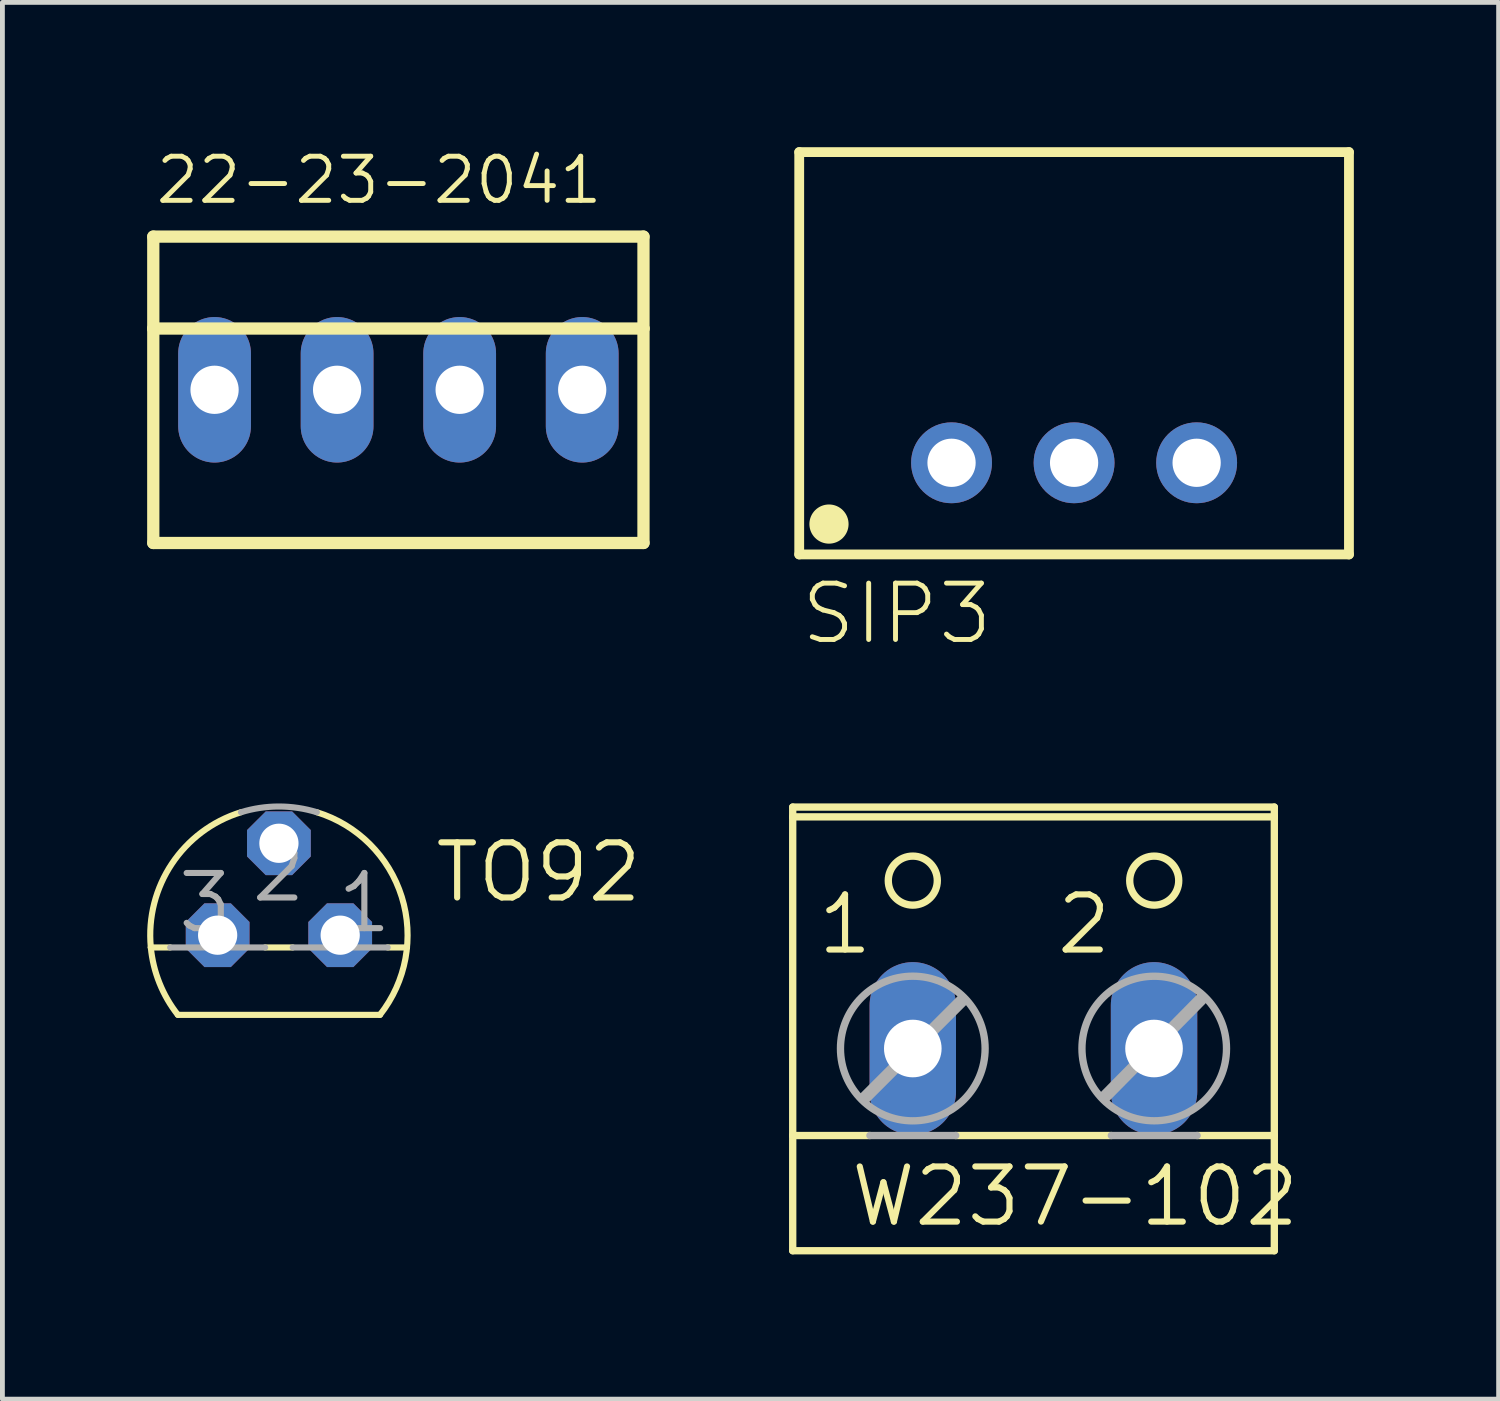
<source format=kicad_pcb>
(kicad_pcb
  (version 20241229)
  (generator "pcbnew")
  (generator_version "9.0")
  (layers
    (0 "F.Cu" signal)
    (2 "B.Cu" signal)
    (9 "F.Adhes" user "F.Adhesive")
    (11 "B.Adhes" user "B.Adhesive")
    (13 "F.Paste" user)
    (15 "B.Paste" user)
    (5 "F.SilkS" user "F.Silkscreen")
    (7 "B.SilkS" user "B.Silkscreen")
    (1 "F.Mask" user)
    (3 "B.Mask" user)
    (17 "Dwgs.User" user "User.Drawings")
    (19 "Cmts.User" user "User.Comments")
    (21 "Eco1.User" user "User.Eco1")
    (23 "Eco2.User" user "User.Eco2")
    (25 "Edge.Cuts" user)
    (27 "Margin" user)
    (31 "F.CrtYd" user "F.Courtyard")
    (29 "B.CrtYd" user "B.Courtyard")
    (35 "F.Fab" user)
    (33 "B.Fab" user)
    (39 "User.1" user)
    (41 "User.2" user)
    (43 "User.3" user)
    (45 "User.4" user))
  (footprint "TO92"
    (layer "F.Cu")
    (at 2.731 16.333)
    (property "Reference" "TO92" (at 3.175 -0.635 0) (layer "F.SilkS") (effects (font (size 1.143 1.143) (thickness 0.127)) (justify left bottom)))
    (fp_line (start -2.655 0.254) (end -2.254 0.254) (stroke (width 0.127) (type solid)) (layer "F.SilkS"))
    (fp_line (start -2.095 1.651) (end 2.095 1.651) (stroke (width 0.127) (type solid)) (layer "F.SilkS"))
    (fp_line (start -0.286 0.254) (end 0.286 0.254) (stroke (width 0.127) (type solid)) (layer "F.SilkS"))
    (fp_line (start 2.254 0.254) (end 2.655 0.254) (stroke (width 0.127) (type solid)) (layer "F.SilkS"))
    (fp_arc (start -2.6549 0.254) (mid -2.219001 -1.479566) (end -0.786299 -2.548501) (stroke (width 0.127) (type solid)) (layer "F.SilkS"))
    (fp_arc (start -2.0946 1.651) (mid -2.475347 0.992847) (end -2.654901 0.254) (stroke (width 0.127) (type solid)) (layer "F.SilkS"))
    (fp_arc (start 0.7863 -2.5484) (mid 2.546275 -0.793203) (end 2.094499 1.651) (stroke (width 0.127) (type solid)) (layer "F.SilkS"))
    (fp_line (start -2.254 0.254) (end -0.286 0.254) (stroke (width 0.127) (type solid)) (layer "F.Fab"))
    (fp_line (start 0.286 0.254) (end 2.254 0.254) (stroke (width 0.127) (type solid)) (layer "F.Fab"))
    (fp_arc (start -0.7863 -2.5485) (mid 0 -2.667043) (end 0.7863 -2.5485) (stroke (width 0.127) (type solid)) (layer "F.Fab"))
    (fp_text user "2" (at -0.635 -0.635 0) (layer "F.Fab") (effects (font (size 1.143 1.143) (thickness 0.127)) (justify left bottom)))
    (fp_text user "3" (at -2.159 0 0) (layer "F.Fab") (effects (font (size 1.143 1.143) (thickness 0.127)) (justify left bottom)))
    (fp_text user "1" (at 1.143 0 0) (layer "F.Fab") (effects (font (size 1.143 1.143) (thickness 0.127)) (justify left bottom)))
    (pad "1" thru_hole roundrect (at 1.27 0) (size 1.321 1.321) (drill 0.813) (layers "*.Cu" "*.Mask") (roundrect_rratio 0.25) (chamfer_ratio 0.293) (chamfer top_left top_right bottom_left bottom_right))
    (pad "2" thru_hole roundrect (at 0 -1.905) (size 1.321 1.321) (drill 0.813) (layers "*.Cu" "*.Mask") (roundrect_rratio 0.25) (chamfer_ratio 0.293) (chamfer top_left top_right bottom_left bottom_right))
    (pad "3" thru_hole roundrect (at -1.27 0) (size 1.321 1.321) (drill 0.813) (layers "*.Cu" "*.Mask") (roundrect_rratio 0.25) (chamfer_ratio 0.293) (chamfer top_left top_right bottom_left bottom_right)))
  (footprint "W237-102"
    (layer "F.Cu")
    (at 18.369 17.412)
    (property "Reference" "W237-102" (at -3.846 5.004 0) (layer "F.SilkS") (effects (font (size 1.143 1.143) (thickness 0.127)) (justify left bottom)))
    (fp_line (start -4.989 -3.531) (end -4.989 -3.734) (stroke (width 0.152) (type solid)) (layer "F.SilkS"))
    (fp_line (start -4.989 -3.531) (end 4.993 -3.531) (stroke (width 0.152) (type solid)) (layer "F.SilkS"))
    (fp_line (start -4.989 3.073) (end -4.989 -3.531) (stroke (width 0.152) (type solid)) (layer "F.SilkS"))
    (fp_line (start -4.989 3.073) (end -3.389 3.073) (stroke (width 0.152) (type solid)) (layer "F.SilkS"))
    (fp_line (start -4.989 5.461) (end -4.989 3.073) (stroke (width 0.152) (type solid)) (layer "F.SilkS"))
    (fp_line (start -4.989 5.461) (end 4.993 5.461) (stroke (width 0.152) (type solid)) (layer "F.SilkS"))
    (fp_line (start -1.611 3.073) (end 1.615 3.073) (stroke (width 0.152) (type solid)) (layer "F.SilkS"))
    (fp_line (start 3.393 3.073) (end 4.993 3.073) (stroke (width 0.152) (type solid)) (layer "F.SilkS"))
    (fp_line (start 4.993 -3.734) (end -4.989 -3.734) (stroke (width 0.152) (type solid)) (layer "F.SilkS"))
    (fp_line (start 4.993 -3.734) (end 4.993 -3.531) (stroke (width 0.152) (type solid)) (layer "F.SilkS"))
    (fp_line (start 4.993 -3.531) (end 4.993 3.073) (stroke (width 0.152) (type solid)) (layer "F.SilkS"))
    (fp_line (start 4.993 3.073) (end 4.993 5.461) (stroke (width 0.152) (type solid)) (layer "F.SilkS"))
    (fp_circle (center -2.5 -2.21) (end -1.992 -2.21) (stroke (width 0.152) (type solid)) (fill no) (layer "F.SilkS"))
    (fp_circle (center 2.504 -2.21) (end 3.012 -2.21) (stroke (width 0.152) (type solid)) (fill no) (layer "F.SilkS"))
    (fp_line (start -3.491 2.286) (end -1.484 0.279) (stroke (width 0.254) (type solid)) (layer "F.Fab"))
    (fp_line (start -3.389 3.073) (end -1.611 3.073) (stroke (width 0.152) (type solid)) (layer "F.Fab"))
    (fp_line (start 1.488 2.261) (end 3.469 0.254) (stroke (width 0.254) (type solid)) (layer "F.Fab"))
    (fp_line (start 1.615 3.073) (end 3.393 3.073) (stroke (width 0.152) (type solid)) (layer "F.Fab"))
    (fp_circle (center -2.5 1.27) (end -1.001 1.27) (stroke (width 0.152) (type solid)) (fill no) (layer "F.Fab"))
    (fp_circle (center 2.504 1.27) (end 4.002 1.27) (stroke (width 0.152) (type solid)) (fill no) (layer "F.Fab"))
    (fp_text user "2" (at 0.421 -0.635 0) (layer "F.SilkS") (effects (font (size 1.143 1.143) (thickness 0.127)) (justify left bottom)))
    (fp_text user "1" (at -4.532 -0.635 0) (layer "F.SilkS") (effects (font (size 1.143 1.143) (thickness 0.127)) (justify left bottom)))
    (pad "1" thru_hole oval (at -2.5 1.27 90) (size 3.581 1.791) (drill 1.194) (layers "*.Cu" "*.Mask"))
    (pad "2" thru_hole oval (at 2.5 1.27 90) (size 3.581 1.791) (drill 1.194) (layers "*.Cu" "*.Mask")))
  (footprint "22-23-2041"
    (layer "F.Cu")
    (at 5.207 5.029)
    (property "Reference" "22-23-2041" (at -5.08 -3.81 0) (layer "F.SilkS") (effects (font (size 0.914 0.914) (thickness 0.102)) (justify left bottom)))
    (fp_line (start -5.08 -3.175) (end 5.08 -3.175) (stroke (width 0.254) (type solid)) (layer "F.SilkS"))
    (fp_line (start -5.08 -1.27) (end -5.08 -3.175) (stroke (width 0.254) (type solid)) (layer "F.SilkS"))
    (fp_line (start -5.08 -1.27) (end 5.08 -1.27) (stroke (width 0.254) (type solid)) (layer "F.SilkS"))
    (fp_line (start -5.08 3.175) (end -5.08 -1.27) (stroke (width 0.254) (type solid)) (layer "F.SilkS"))
    (fp_line (start 5.08 -3.175) (end 5.08 -1.27) (stroke (width 0.254) (type solid)) (layer "F.SilkS"))
    (fp_line (start 5.08 -1.27) (end 5.08 3.175) (stroke (width 0.254) (type solid)) (layer "F.SilkS"))
    (fp_line (start 5.08 3.175) (end -5.08 3.175) (stroke (width 0.254) (type solid)) (layer "F.SilkS"))
    (pad "1" thru_hole oval (at -3.81 0 90) (size 3.016 1.508) (drill 1) (layers "*.Cu" "*.Mask"))
    (pad "2" thru_hole oval (at -1.27 0 90) (size 3.016 1.508) (drill 1) (layers "*.Cu" "*.Mask"))
    (pad "3" thru_hole oval (at 1.27 0 90) (size 3.016 1.508) (drill 1) (layers "*.Cu" "*.Mask"))
    (pad "4" thru_hole oval (at 3.81 0 90) (size 3.016 1.508) (drill 1) (layers "*.Cu" "*.Mask")))
  (footprint "SIP3"
    (layer "F.Cu")
    (at 19.212 6.542)
    (property "Reference" "SIP3" (at -5.715 3.81 0) (layer "F.SilkS") (effects (font (size 1.168 1.168) (thickness 0.102)) (justify left bottom)))
    (fp_line (start -5.697 -6.44) (end -5.697 1.9) (stroke (width 0.203) (type solid)) (layer "F.SilkS"))
    (fp_line (start -5.697 1.9) (end 5.697 1.9) (stroke (width 0.203) (type solid)) (layer "F.SilkS"))
    (fp_line (start 5.697 -6.44) (end -5.697 -6.44) (stroke (width 0.203) (type solid)) (layer "F.SilkS"))
    (fp_line (start 5.697 1.9) (end 5.697 -6.44) (stroke (width 0.203) (type solid)) (layer "F.SilkS"))
    (fp_circle (center -5.08 1.27) (end -4.877 1.27) (stroke (width 0.406) (type solid)) (fill yes) (layer "F.SilkS"))
    (pad "1" thru_hole circle (at -2.54 0) (size 1.676 1.676) (drill 1) (layers "*.Cu" "*.Mask"))
    (pad "2" thru_hole circle (at 0 0) (size 1.676 1.676) (drill 1) (layers "*.Cu" "*.Mask"))
    (pad "3" thru_hole circle (at 2.54 0) (size 1.676 1.676) (drill 1) (layers "*.Cu" "*.Mask")))
  (gr_rect
    (start -3 -3)
    (end 28.011 25.949)
    (stroke (width 0.1) (type default))
    (fill no)
    (layer "Edge.Cuts")))
</source>
